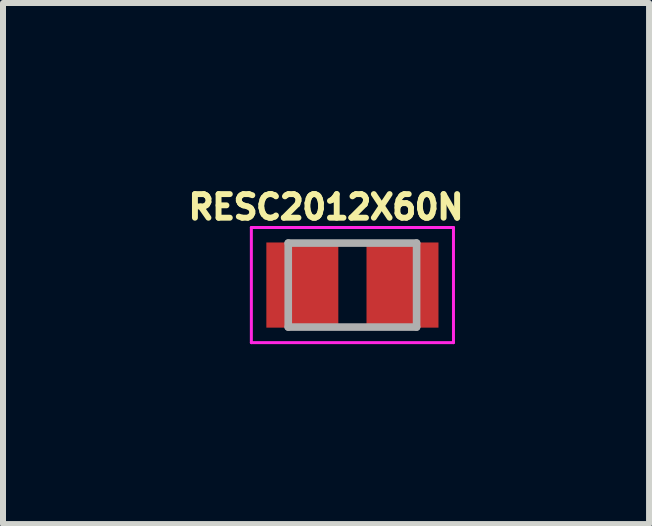
<source format=kicad_pcb>
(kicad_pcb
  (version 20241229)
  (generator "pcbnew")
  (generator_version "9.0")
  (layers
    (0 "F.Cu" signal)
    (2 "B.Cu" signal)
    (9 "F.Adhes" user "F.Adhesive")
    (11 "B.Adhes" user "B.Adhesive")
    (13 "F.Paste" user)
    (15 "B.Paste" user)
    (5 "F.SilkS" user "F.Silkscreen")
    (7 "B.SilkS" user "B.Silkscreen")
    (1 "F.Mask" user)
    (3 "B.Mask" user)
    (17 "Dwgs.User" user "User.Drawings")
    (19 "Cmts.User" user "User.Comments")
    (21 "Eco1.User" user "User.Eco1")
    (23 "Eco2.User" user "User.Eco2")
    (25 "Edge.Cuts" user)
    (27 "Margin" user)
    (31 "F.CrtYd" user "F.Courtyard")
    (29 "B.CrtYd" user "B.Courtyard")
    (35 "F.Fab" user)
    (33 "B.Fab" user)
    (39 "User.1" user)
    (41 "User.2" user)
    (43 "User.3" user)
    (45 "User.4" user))
  (footprint "RESC2012X60N"
    (layer "F.Cu")
    (at 2.826 1.703)
    (property "Reference" "RESC2012X60N" (at -0.44 -1.3 0) (layer "F.SilkS") (effects (font (size 0.394 0.394) (thickness 0.15))))
    (attr through_hole)
    (fp_line (start -1.685 -0.96) (end 1.685 -0.96) (stroke (width 0.05) (type solid)) (layer "F.CrtYd"))
    (fp_line (start -1.685 0.96) (end -1.685 -0.96) (stroke (width 0.05) (type solid)) (layer "F.CrtYd"))
    (fp_line (start -1.685 0.96) (end 1.685 0.96) (stroke (width 0.05) (type solid)) (layer "F.CrtYd"))
    (fp_line (start 1.685 0.96) (end 1.685 -0.96) (stroke (width 0.05) (type solid)) (layer "F.CrtYd"))
    (fp_line (start -1.07 0.7) (end -1.07 -0.7) (stroke (width 0.127) (type solid)) (layer "F.Fab"))
    (fp_line (start 1.07 -0.7) (end -1.07 -0.7) (stroke (width 0.127) (type solid)) (layer "F.Fab"))
    (fp_line (start 1.07 0.7) (end -1.07 0.7) (stroke (width 0.127) (type solid)) (layer "F.Fab"))
    (fp_line (start 1.07 0.7) (end 1.07 -0.7) (stroke (width 0.127) (type solid)) (layer "F.Fab"))
    (pad "1" smd rect (at -0.835 0) (size 1.2 1.42) (layers "F.Cu" "F.Mask" "F.Paste"))
    (pad "2" smd rect (at 0.835 0) (size 1.2 1.42) (layers "F.Cu" "F.Mask" "F.Paste")))
  (gr_rect
    (start -3 -3)
    (end 7.772 5.688)
    (stroke (width 0.1) (type default))
    (fill no)
    (layer "Edge.Cuts")))
</source>
